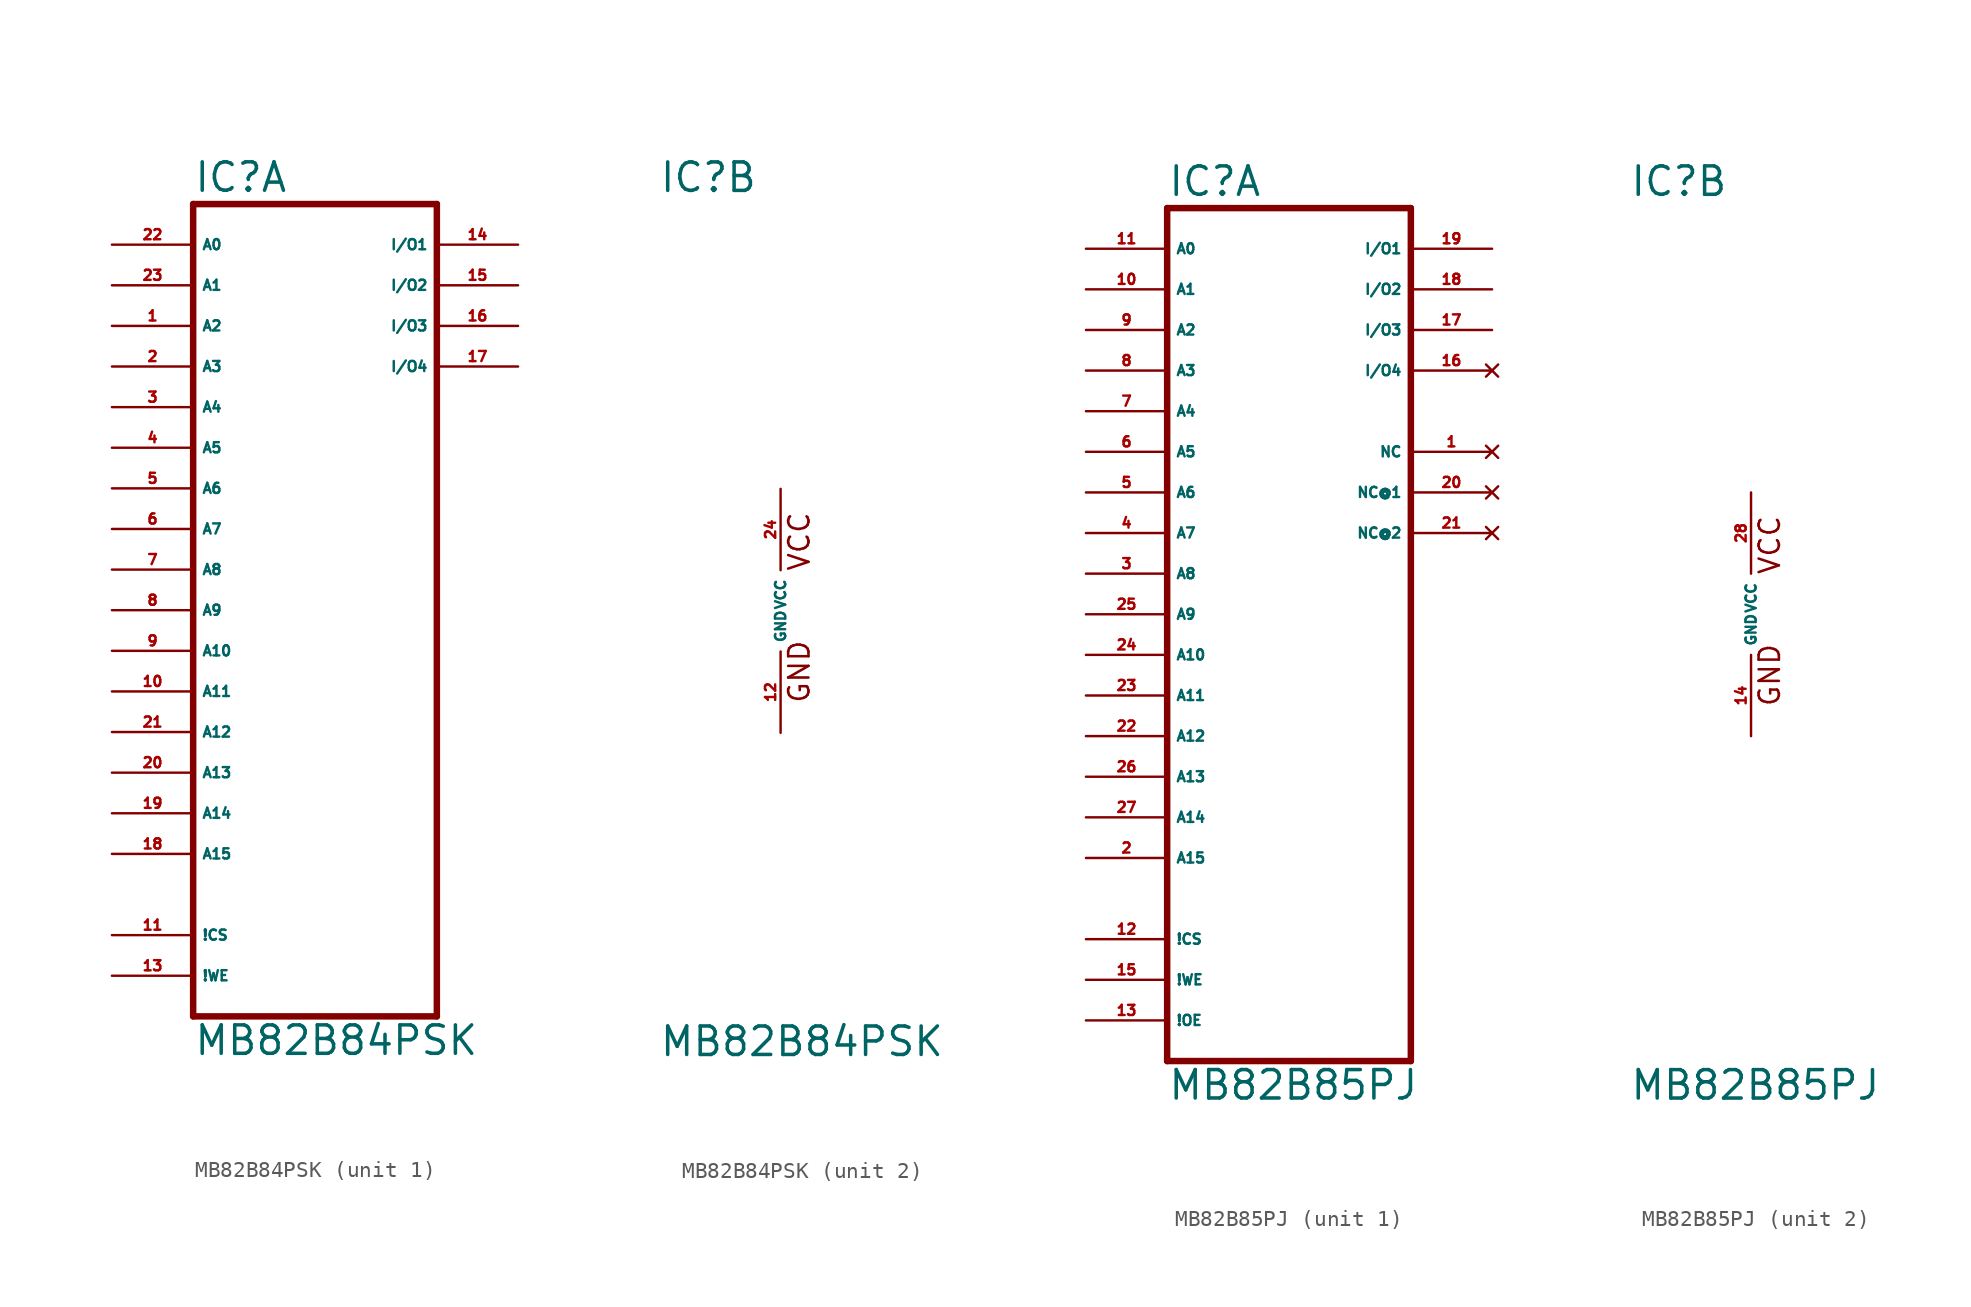
<source format=kicad_sym>
(kicad_symbol_lib
  (version 20220914)
  (generator Eagle2Kicad)
  (symbol "MB82B84PSK"
    (property "Reference" "IC"
      (at -7.62 26.035 0)
      (effects (font (size 1.778 1.778) (thickness 0.22)) (justify left bottom)))
    (property "Value" "MB82B84PSK"
      (at -7.62 -27.94 0)
      (effects (font (size 1.778 1.778) (thickness 0.22)) (justify left bottom)))
    (symbol "MB82B84PSK_1_0"
      (polyline (pts (xy -7.62 -25.4) (xy 7.62 -25.4)) (stroke (width 0.406) (type default)) (fill (type none)))
      (polyline (pts (xy 7.62 -25.4) (xy 7.62 25.4)) (stroke (width 0.406) (type default)) (fill (type none)))
      (polyline (pts (xy 7.62 25.4) (xy -7.62 25.4)) (stroke (width 0.406) (type default)) (fill (type none)))
      (polyline (pts (xy -7.62 25.4) (xy -7.62 -25.4)) (stroke (width 0.406) (type default)) (fill (type none)))
      (pin input line (at -12.7 22.86 0) (length 5.08) (name "A0" (effects (font (size 0.635 0.635) (thickness 0.08)) (justify left bottom))) (number "22" (effects (font (size 0.635 0.635) (thickness 0.08)) (justify left bottom))))
      (pin input line (at -12.7 20.32 0) (length 5.08) (name "A1" (effects (font (size 0.635 0.635) (thickness 0.08)) (justify left bottom))) (number "23" (effects (font (size 0.635 0.635) (thickness 0.08)) (justify left bottom))))
      (pin input line (at -12.7 17.78 0) (length 5.08) (name "A2" (effects (font (size 0.635 0.635) (thickness 0.08)) (justify left bottom))) (number "1" (effects (font (size 0.635 0.635) (thickness 0.08)) (justify left bottom))))
      (pin input line (at -12.7 15.24 0) (length 5.08) (name "A3" (effects (font (size 0.635 0.635) (thickness 0.08)) (justify left bottom))) (number "2" (effects (font (size 0.635 0.635) (thickness 0.08)) (justify left bottom))))
      (pin input line (at -12.7 12.7 0) (length 5.08) (name "A4" (effects (font (size 0.635 0.635) (thickness 0.08)) (justify left bottom))) (number "3" (effects (font (size 0.635 0.635) (thickness 0.08)) (justify left bottom))))
      (pin input line (at -12.7 10.16 0) (length 5.08) (name "A5" (effects (font (size 0.635 0.635) (thickness 0.08)) (justify left bottom))) (number "4" (effects (font (size 0.635 0.635) (thickness 0.08)) (justify left bottom))))
      (pin input line (at -12.7 7.62 0) (length 5.08) (name "A6" (effects (font (size 0.635 0.635) (thickness 0.08)) (justify left bottom))) (number "5" (effects (font (size 0.635 0.635) (thickness 0.08)) (justify left bottom))))
      (pin input line (at -12.7 5.08 0) (length 5.08) (name "A7" (effects (font (size 0.635 0.635) (thickness 0.08)) (justify left bottom))) (number "6" (effects (font (size 0.635 0.635) (thickness 0.08)) (justify left bottom))))
      (pin input line (at -12.7 2.54 0) (length 5.08) (name "A8" (effects (font (size 0.635 0.635) (thickness 0.08)) (justify left bottom))) (number "7" (effects (font (size 0.635 0.635) (thickness 0.08)) (justify left bottom))))
      (pin input line (at -12.7 0 0) (length 5.08) (name "A9" (effects (font (size 0.635 0.635) (thickness 0.08)) (justify left bottom))) (number "8" (effects (font (size 0.635 0.635) (thickness 0.08)) (justify left bottom))))
      (pin input line (at -12.7 -2.54 0) (length 5.08) (name "A10" (effects (font (size 0.635 0.635) (thickness 0.08)) (justify left bottom))) (number "9" (effects (font (size 0.635 0.635) (thickness 0.08)) (justify left bottom))))
      (pin input line (at -12.7 -5.08 0) (length 5.08) (name "A11" (effects (font (size 0.635 0.635) (thickness 0.08)) (justify left bottom))) (number "10" (effects (font (size 0.635 0.635) (thickness 0.08)) (justify left bottom))))
      (pin input line (at -12.7 -7.62 0) (length 5.08) (name "A12" (effects (font (size 0.635 0.635) (thickness 0.08)) (justify left bottom))) (number "21" (effects (font (size 0.635 0.635) (thickness 0.08)) (justify left bottom))))
      (pin input line (at -12.7 -10.16 0) (length 5.08) (name "A13" (effects (font (size 0.635 0.635) (thickness 0.08)) (justify left bottom))) (number "20" (effects (font (size 0.635 0.635) (thickness 0.08)) (justify left bottom))))
      (pin input line (at -12.7 -20.32 0) (length 5.08) (name "!CS" (effects (font (size 0.635 0.635) (thickness 0.08)) (justify left bottom))) (number "11" (effects (font (size 0.635 0.635) (thickness 0.08)) (justify left bottom))))
      (pin input line (at -12.7 -22.86 0) (length 5.08) (name "!WE" (effects (font (size 0.635 0.635) (thickness 0.08)) (justify left bottom))) (number "13" (effects (font (size 0.635 0.635) (thickness 0.08)) (justify left bottom))))
      (pin bidirectional line (at 12.7 22.86 180) (length 5.08) (name "I/O1" (effects (font (size 0.635 0.635) (thickness 0.08)) (justify left bottom))) (number "14" (effects (font (size 0.635 0.635) (thickness 0.08)) (justify left bottom))))
      (pin bidirectional line (at 12.7 20.32 180) (length 5.08) (name "I/O2" (effects (font (size 0.635 0.635) (thickness 0.08)) (justify left bottom))) (number "15" (effects (font (size 0.635 0.635) (thickness 0.08)) (justify left bottom))))
      (pin input line (at -12.7 -12.7 0) (length 5.08) (name "A14" (effects (font (size 0.635 0.635) (thickness 0.08)) (justify left bottom))) (number "19" (effects (font (size 0.635 0.635) (thickness 0.08)) (justify left bottom))))
      (pin input line (at -12.7 -15.24 0) (length 5.08) (name "A15" (effects (font (size 0.635 0.635) (thickness 0.08)) (justify left bottom))) (number "18" (effects (font (size 0.635 0.635) (thickness 0.08)) (justify left bottom))))
      (pin bidirectional line (at 12.7 15.24 180) (length 5.08) (name "I/O4" (effects (font (size 0.635 0.635) (thickness 0.08)) (justify left bottom))) (number "17" (effects (font (size 0.635 0.635) (thickness 0.08)) (justify left bottom))))
      (pin bidirectional line (at 12.7 17.78 180) (length 5.08) (name "I/O3" (effects (font (size 0.635 0.635) (thickness 0.08)) (justify left bottom))) (number "16" (effects (font (size 0.635 0.635) (thickness 0.08)) (justify left bottom)))))
    (symbol "MB82B84PSK_2_0"
      (text "VCC" (at 1.905 2.413 900) (effects (font (size 1.27 1.27) (thickness 0.16)) (justify left bottom)))
      (text "GND" (at 1.905 -5.842 900) (effects (font (size 1.27 1.27) (thickness 0.16)) (justify left bottom)))
      (pin unspecified line (at 0 -7.62 90) (length 5.08) (name "GND" (effects (font (size 0.635 0.635) (thickness 0.08)) (justify left bottom))) (number "12" (effects (font (size 0.635 0.635) (thickness 0.08)) (justify left bottom))))
      (pin unspecified line (at 0 7.62 270) (length 5.08) (name "VCC" (effects (font (size 0.635 0.635) (thickness 0.08)) (justify left bottom))) (number "24" (effects (font (size 0.635 0.635) (thickness 0.08)) (justify left bottom))))))
  (symbol "MB82B85PJ"
    (property "Reference" "IC"
      (at -7.62 26.035 0)
      (effects (font (size 1.778 1.778) (thickness 0.22)) (justify left bottom)))
    (property "Value" "MB82B85PJ"
      (at -7.62 -30.48 0)
      (effects (font (size 1.778 1.778) (thickness 0.22)) (justify left bottom)))
    (symbol "MB82B85PJ_1_0"
      (polyline (pts (xy -7.62 -27.94) (xy -7.62 25.4)) (stroke (width 0.406) (type default)) (fill (type none)))
      (polyline (pts (xy -7.62 25.4) (xy 7.62 25.4)) (stroke (width 0.406) (type default)) (fill (type none)))
      (polyline (pts (xy 7.62 25.4) (xy 7.62 -27.94)) (stroke (width 0.406) (type default)) (fill (type none)))
      (polyline (pts (xy 7.62 -27.94) (xy -7.62 -27.94)) (stroke (width 0.406) (type default)) (fill (type none)))
      (pin input line (at -12.7 22.86 0) (length 5.08) (name "A0" (effects (font (size 0.635 0.635) (thickness 0.08)) (justify left bottom))) (number "11" (effects (font (size 0.635 0.635) (thickness 0.08)) (justify left bottom))))
      (pin input line (at -12.7 20.32 0) (length 5.08) (name "A1" (effects (font (size 0.635 0.635) (thickness 0.08)) (justify left bottom))) (number "10" (effects (font (size 0.635 0.635) (thickness 0.08)) (justify left bottom))))
      (pin input line (at -12.7 17.78 0) (length 5.08) (name "A2" (effects (font (size 0.635 0.635) (thickness 0.08)) (justify left bottom))) (number "9" (effects (font (size 0.635 0.635) (thickness 0.08)) (justify left bottom))))
      (pin input line (at -12.7 15.24 0) (length 5.08) (name "A3" (effects (font (size 0.635 0.635) (thickness 0.08)) (justify left bottom))) (number "8" (effects (font (size 0.635 0.635) (thickness 0.08)) (justify left bottom))))
      (pin input line (at -12.7 12.7 0) (length 5.08) (name "A4" (effects (font (size 0.635 0.635) (thickness 0.08)) (justify left bottom))) (number "7" (effects (font (size 0.635 0.635) (thickness 0.08)) (justify left bottom))))
      (pin input line (at -12.7 7.62 0) (length 5.08) (name "A6" (effects (font (size 0.635 0.635) (thickness 0.08)) (justify left bottom))) (number "5" (effects (font (size 0.635 0.635) (thickness 0.08)) (justify left bottom))))
      (pin input line (at -12.7 10.16 0) (length 5.08) (name "A5" (effects (font (size 0.635 0.635) (thickness 0.08)) (justify left bottom))) (number "6" (effects (font (size 0.635 0.635) (thickness 0.08)) (justify left bottom))))
      (pin input line (at -12.7 5.08 0) (length 5.08) (name "A7" (effects (font (size 0.635 0.635) (thickness 0.08)) (justify left bottom))) (number "4" (effects (font (size 0.635 0.635) (thickness 0.08)) (justify left bottom))))
      (pin input line (at -12.7 2.54 0) (length 5.08) (name "A8" (effects (font (size 0.635 0.635) (thickness 0.08)) (justify left bottom))) (number "3" (effects (font (size 0.635 0.635) (thickness 0.08)) (justify left bottom))))
      (pin input line (at -12.7 0 0) (length 5.08) (name "A9" (effects (font (size 0.635 0.635) (thickness 0.08)) (justify left bottom))) (number "25" (effects (font (size 0.635 0.635) (thickness 0.08)) (justify left bottom))))
      (pin input line (at -12.7 -2.54 0) (length 5.08) (name "A10" (effects (font (size 0.635 0.635) (thickness 0.08)) (justify left bottom))) (number "24" (effects (font (size 0.635 0.635) (thickness 0.08)) (justify left bottom))))
      (pin input line (at -12.7 -5.08 0) (length 5.08) (name "A11" (effects (font (size 0.635 0.635) (thickness 0.08)) (justify left bottom))) (number "23" (effects (font (size 0.635 0.635) (thickness 0.08)) (justify left bottom))))
      (pin bidirectional line (at 12.7 22.86 180) (length 5.08) (name "I/O1" (effects (font (size 0.635 0.635) (thickness 0.08)) (justify left bottom))) (number "19" (effects (font (size 0.635 0.635) (thickness 0.08)) (justify left bottom))))
      (pin bidirectional line (at 12.7 20.32 180) (length 5.08) (name "I/O2" (effects (font (size 0.635 0.635) (thickness 0.08)) (justify left bottom))) (number "18" (effects (font (size 0.635 0.635) (thickness 0.08)) (justify left bottom))))
      (pin bidirectional line (at 12.7 17.78 180) (length 5.08) (name "I/O3" (effects (font (size 0.635 0.635) (thickness 0.08)) (justify left bottom))) (number "17" (effects (font (size 0.635 0.635) (thickness 0.08)) (justify left bottom))))
      (pin no_connect line (at 12.7 15.24 180) (length 5.08) (name "I/O4" (effects (font (size 0.635 0.635) (thickness 0.08)) (justify left bottom) hide)) (number "16" (effects (font (size 0.635 0.635) (thickness 0.08)) (justify left bottom) hide)))
      (pin input line (at -12.7 -20.32 0) (length 5.08) (name "!CS" (effects (font (size 0.635 0.635) (thickness 0.08)) (justify left bottom))) (number "12" (effects (font (size 0.635 0.635) (thickness 0.08)) (justify left bottom))))
      (pin input line (at -12.7 -22.86 0) (length 5.08) (name "!WE" (effects (font (size 0.635 0.635) (thickness 0.08)) (justify left bottom))) (number "15" (effects (font (size 0.635 0.635) (thickness 0.08)) (justify left bottom))))
      (pin input line (at -12.7 -7.62 0) (length 5.08) (name "A12" (effects (font (size 0.635 0.635) (thickness 0.08)) (justify left bottom))) (number "22" (effects (font (size 0.635 0.635) (thickness 0.08)) (justify left bottom))))
      (pin input line (at -12.7 -10.16 0) (length 5.08) (name "A13" (effects (font (size 0.635 0.635) (thickness 0.08)) (justify left bottom))) (number "26" (effects (font (size 0.635 0.635) (thickness 0.08)) (justify left bottom))))
      (pin input line (at -12.7 -25.4 0) (length 5.08) (name "!OE" (effects (font (size 0.635 0.635) (thickness 0.08)) (justify left bottom))) (number "13" (effects (font (size 0.635 0.635) (thickness 0.08)) (justify left bottom))))
      (pin no_connect line (at 12.7 10.16 180) (length 5.08) (name "NC" (effects (font (size 0.635 0.635) (thickness 0.08)) (justify left bottom) hide)) (number "1" (effects (font (size 0.635 0.635) (thickness 0.08)) (justify left bottom) hide)))
      (pin input line (at -12.7 -12.7 0) (length 5.08) (name "A14" (effects (font (size 0.635 0.635) (thickness 0.08)) (justify left bottom))) (number "27" (effects (font (size 0.635 0.635) (thickness 0.08)) (justify left bottom))))
      (pin input line (at -12.7 -15.24 0) (length 5.08) (name "A15" (effects (font (size 0.635 0.635) (thickness 0.08)) (justify left bottom))) (number "2" (effects (font (size 0.635 0.635) (thickness 0.08)) (justify left bottom))))
      (pin no_connect line (at 12.7 7.62 180) (length 5.08) (name "NC@1" (effects (font (size 0.635 0.635) (thickness 0.08)) (justify left bottom) hide)) (number "20" (effects (font (size 0.635 0.635) (thickness 0.08)) (justify left bottom) hide)))
      (pin no_connect line (at 12.7 5.08 180) (length 5.08) (name "NC@2" (effects (font (size 0.635 0.635) (thickness 0.08)) (justify left bottom) hide)) (number "21" (effects (font (size 0.635 0.635) (thickness 0.08)) (justify left bottom) hide))))
    (symbol "MB82B85PJ_2_0"
      (text "VCC" (at 1.905 2.413 900) (effects (font (size 1.27 1.27) (thickness 0.16)) (justify left bottom)))
      (text "GND" (at 1.905 -5.842 900) (effects (font (size 1.27 1.27) (thickness 0.16)) (justify left bottom)))
      (pin unspecified line (at 0 -7.62 90) (length 5.08) (name "GND" (effects (font (size 0.635 0.635) (thickness 0.08)) (justify left bottom))) (number "14" (effects (font (size 0.635 0.635) (thickness 0.08)) (justify left bottom))))
      (pin unspecified line (at 0 7.62 270) (length 5.08) (name "VCC" (effects (font (size 0.635 0.635) (thickness 0.08)) (justify left bottom))) (number "28" (effects (font (size 0.635 0.635) (thickness 0.08)) (justify left bottom)))))))
</source>
